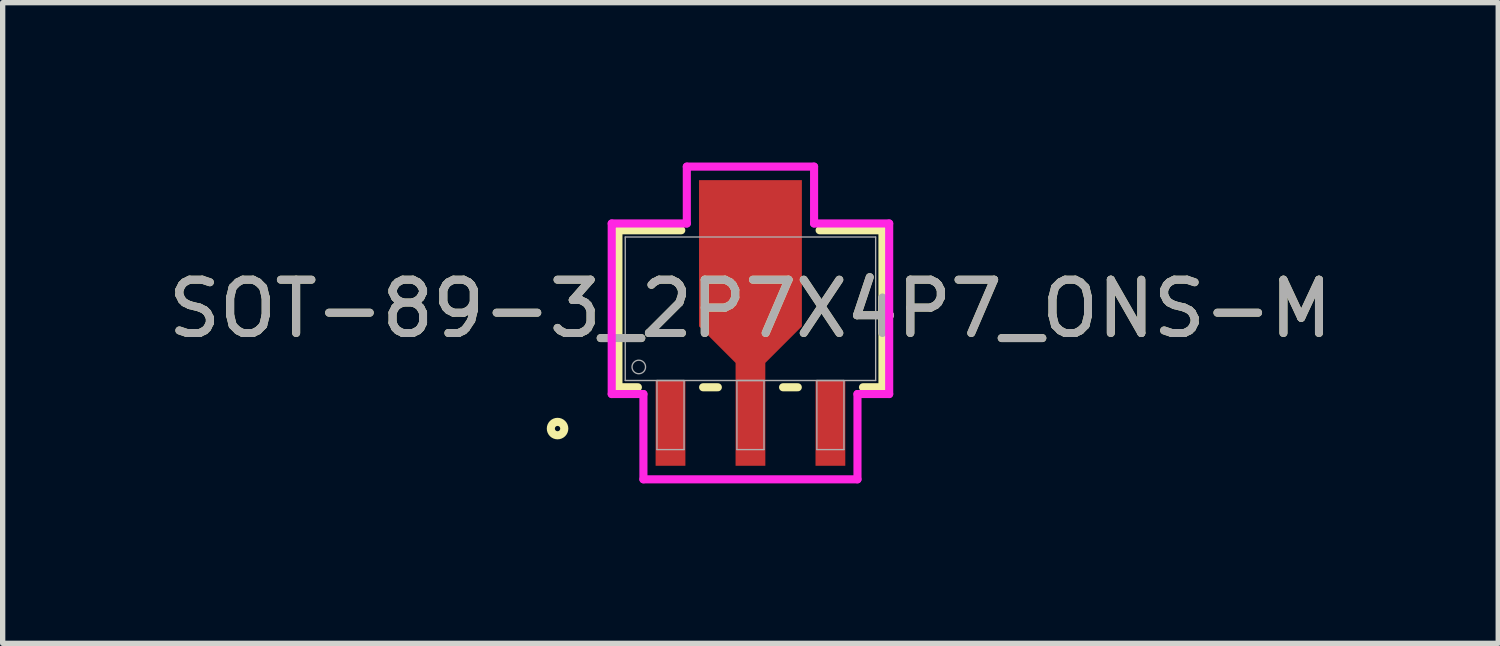
<source format=kicad_pcb>
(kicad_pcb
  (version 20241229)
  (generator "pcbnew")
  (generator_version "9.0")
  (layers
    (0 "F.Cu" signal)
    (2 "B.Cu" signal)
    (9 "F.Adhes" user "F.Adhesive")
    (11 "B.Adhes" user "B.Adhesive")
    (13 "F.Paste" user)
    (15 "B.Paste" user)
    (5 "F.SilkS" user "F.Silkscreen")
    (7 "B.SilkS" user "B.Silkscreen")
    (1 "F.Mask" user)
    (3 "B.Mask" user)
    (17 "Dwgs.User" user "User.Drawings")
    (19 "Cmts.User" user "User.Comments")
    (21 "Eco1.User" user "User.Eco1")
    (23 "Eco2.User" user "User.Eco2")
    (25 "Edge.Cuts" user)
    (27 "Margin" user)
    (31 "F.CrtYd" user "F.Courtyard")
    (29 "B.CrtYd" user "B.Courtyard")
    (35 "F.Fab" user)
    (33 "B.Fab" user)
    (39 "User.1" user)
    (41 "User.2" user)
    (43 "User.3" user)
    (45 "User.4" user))
  (footprint "SOT-89-3_2P7X4P7_ONS-M"
    (layer "F.Cu")
    (at 11.03 2.743)
    (property "Reference" "SOT-89-3_2P7X4P7_ONS-M" (at 0 0 0) (unlocked yes) (layer "F.SilkS") (effects (font (size 1 1) (thickness 0.15))))
    (attr smd)
    (fp_poly (pts (xy -0.279 1.346) (xy -0.279 1.016) (xy -0.965 0.33) (xy -0.965 -2.413) (xy 0.965 -2.413) (xy 0.965 0.33) (xy 0.279 1.016) (xy 0.279 1.346)) (stroke (width 0) (type solid)) (fill yes) (layer "F.Cu"))
    (fp_poly (pts (xy -0.279 1.372) (xy -0.279 1.016) (xy -0.965 0.33) (xy -0.965 -2.159) (xy 0.965 -2.159) (xy 0.965 0.33) (xy 0.279 1.016) (xy 0.279 1.372)) (stroke (width 0) (type solid)) (fill yes) (layer "F.Mask"))
    (fp_line (start -2.477 -1.473) (end -2.477 1.473) (stroke (width 0.152) (type solid)) (layer "F.SilkS"))
    (fp_line (start -2.477 1.473) (end -2.112 1.473) (stroke (width 0.152) (type solid)) (layer "F.SilkS"))
    (fp_line (start -1.298 -1.473) (end -2.477 -1.473) (stroke (width 0.152) (type solid)) (layer "F.SilkS"))
    (fp_line (start -0.888 1.473) (end -0.612 1.473) (stroke (width 0.152) (type solid)) (layer "F.SilkS"))
    (fp_line (start 0.612 1.473) (end 0.888 1.473) (stroke (width 0.152) (type solid)) (layer "F.SilkS"))
    (fp_line (start 2.112 1.473) (end 2.477 1.473) (stroke (width 0.152) (type solid)) (layer "F.SilkS"))
    (fp_line (start 2.477 -1.473) (end 1.298 -1.473) (stroke (width 0.152) (type solid)) (layer "F.SilkS"))
    (fp_line (start 2.477 1.473) (end 2.477 -1.473) (stroke (width 0.152) (type solid)) (layer "F.SilkS"))
    (fp_circle (center -3.619 2.248) (end -3.493 2.248) (stroke (width 0.152) (type solid)) (fill no) (layer "F.SilkS"))
    (fp_poly (pts (xy -0.279 1.372) (xy -0.279 1.016) (xy -0.965 0.33) (xy -0.965 -2.159) (xy 0.965 -2.159) (xy 0.965 0.33) (xy 0.279 1.016) (xy 0.279 1.372)) (stroke (width 0) (type solid)) (fill yes) (layer "F.Paste"))
    (fp_line (start -2.603 -1.6) (end -1.194 -1.6) (stroke (width 0.152) (type solid)) (layer "F.CrtYd"))
    (fp_line (start -2.603 1.6) (end -2.603 -1.6) (stroke (width 0.152) (type solid)) (layer "F.CrtYd"))
    (fp_line (start -2.008 1.6) (end -2.603 1.6) (stroke (width 0.152) (type solid)) (layer "F.CrtYd"))
    (fp_line (start -2.008 3.2) (end -2.008 1.6) (stroke (width 0.152) (type solid)) (layer "F.CrtYd"))
    (fp_line (start -1.194 -2.667) (end 1.194 -2.667) (stroke (width 0.152) (type solid)) (layer "F.CrtYd"))
    (fp_line (start -1.194 -1.6) (end -1.194 -2.667) (stroke (width 0.152) (type solid)) (layer "F.CrtYd"))
    (fp_line (start 1.194 -2.667) (end 1.194 -1.6) (stroke (width 0.152) (type solid)) (layer "F.CrtYd"))
    (fp_line (start 1.194 -1.6) (end 2.603 -1.6) (stroke (width 0.152) (type solid)) (layer "F.CrtYd"))
    (fp_line (start 2.008 1.6) (end 2.008 3.2) (stroke (width 0.152) (type solid)) (layer "F.CrtYd"))
    (fp_line (start 2.008 3.2) (end -2.008 3.2) (stroke (width 0.152) (type solid)) (layer "F.CrtYd"))
    (fp_line (start 2.603 -1.6) (end 2.603 1.6) (stroke (width 0.152) (type solid)) (layer "F.CrtYd"))
    (fp_line (start 2.603 1.6) (end 2.008 1.6) (stroke (width 0.152) (type solid)) (layer "F.CrtYd"))
    (fp_line (start -2.349 -1.346) (end -2.349 1.346) (stroke (width 0.025) (type solid)) (layer "F.Fab"))
    (fp_line (start -2.349 1.346) (end 2.349 1.346) (stroke (width 0.025) (type solid)) (layer "F.Fab"))
    (fp_line (start -1.754 1.346) (end -1.754 2.642) (stroke (width 0.025) (type solid)) (layer "F.Fab"))
    (fp_line (start -1.754 2.642) (end -1.246 2.642) (stroke (width 0.025) (type solid)) (layer "F.Fab"))
    (fp_line (start -1.246 1.346) (end -1.754 1.346) (stroke (width 0.025) (type solid)) (layer "F.Fab"))
    (fp_line (start -1.246 2.642) (end -1.246 1.346) (stroke (width 0.025) (type solid)) (layer "F.Fab"))
    (fp_line (start -0.254 1.346) (end -0.254 2.642) (stroke (width 0.025) (type solid)) (layer "F.Fab"))
    (fp_line (start -0.254 2.642) (end 0.254 2.642) (stroke (width 0.025) (type solid)) (layer "F.Fab"))
    (fp_line (start 0.254 1.346) (end -0.254 1.346) (stroke (width 0.025) (type solid)) (layer "F.Fab"))
    (fp_line (start 0.254 2.642) (end 0.254 1.346) (stroke (width 0.025) (type solid)) (layer "F.Fab"))
    (fp_line (start 1.246 1.346) (end 1.246 2.642) (stroke (width 0.025) (type solid)) (layer "F.Fab"))
    (fp_line (start 1.246 2.642) (end 1.754 2.642) (stroke (width 0.025) (type solid)) (layer "F.Fab"))
    (fp_line (start 1.754 1.346) (end 1.246 1.346) (stroke (width 0.025) (type solid)) (layer "F.Fab"))
    (fp_line (start 1.754 2.642) (end 1.754 1.346) (stroke (width 0.025) (type solid)) (layer "F.Fab"))
    (fp_line (start 2.349 -1.346) (end -2.349 -1.346) (stroke (width 0.025) (type solid)) (layer "F.Fab"))
    (fp_line (start 2.349 1.346) (end 2.349 -1.346) (stroke (width 0.025) (type solid)) (layer "F.Fab"))
    (fp_circle (center -2.095 1.092) (end -1.968 1.092) (stroke (width 0.025) (type solid)) (fill no) (layer "F.Fab"))
    (fp_text user "${REFERENCE}" (at 0 0 0) (unlocked yes) (layer "F.Fab") (effects (font (size 1 1) (thickness 0.15))))
    (pad "1" smd rect (at -1.5 2.146) (size 0.559 1.6) (layers "F.Cu" "F.Mask" "F.Paste"))
    (pad "2" smd rect (at 0 2.146) (size 0.559 1.6) (layers "F.Cu" "F.Mask" "F.Paste"))
    (pad "3" smd rect (at 1.5 2.146) (size 0.559 1.6) (layers "F.Cu" "F.Mask" "F.Paste")))
  (gr_rect
    (start -3 -3)
    (end 25.06 9.02)
    (stroke (width 0.1) (type default))
    (fill no)
    (layer "Edge.Cuts")))
</source>
